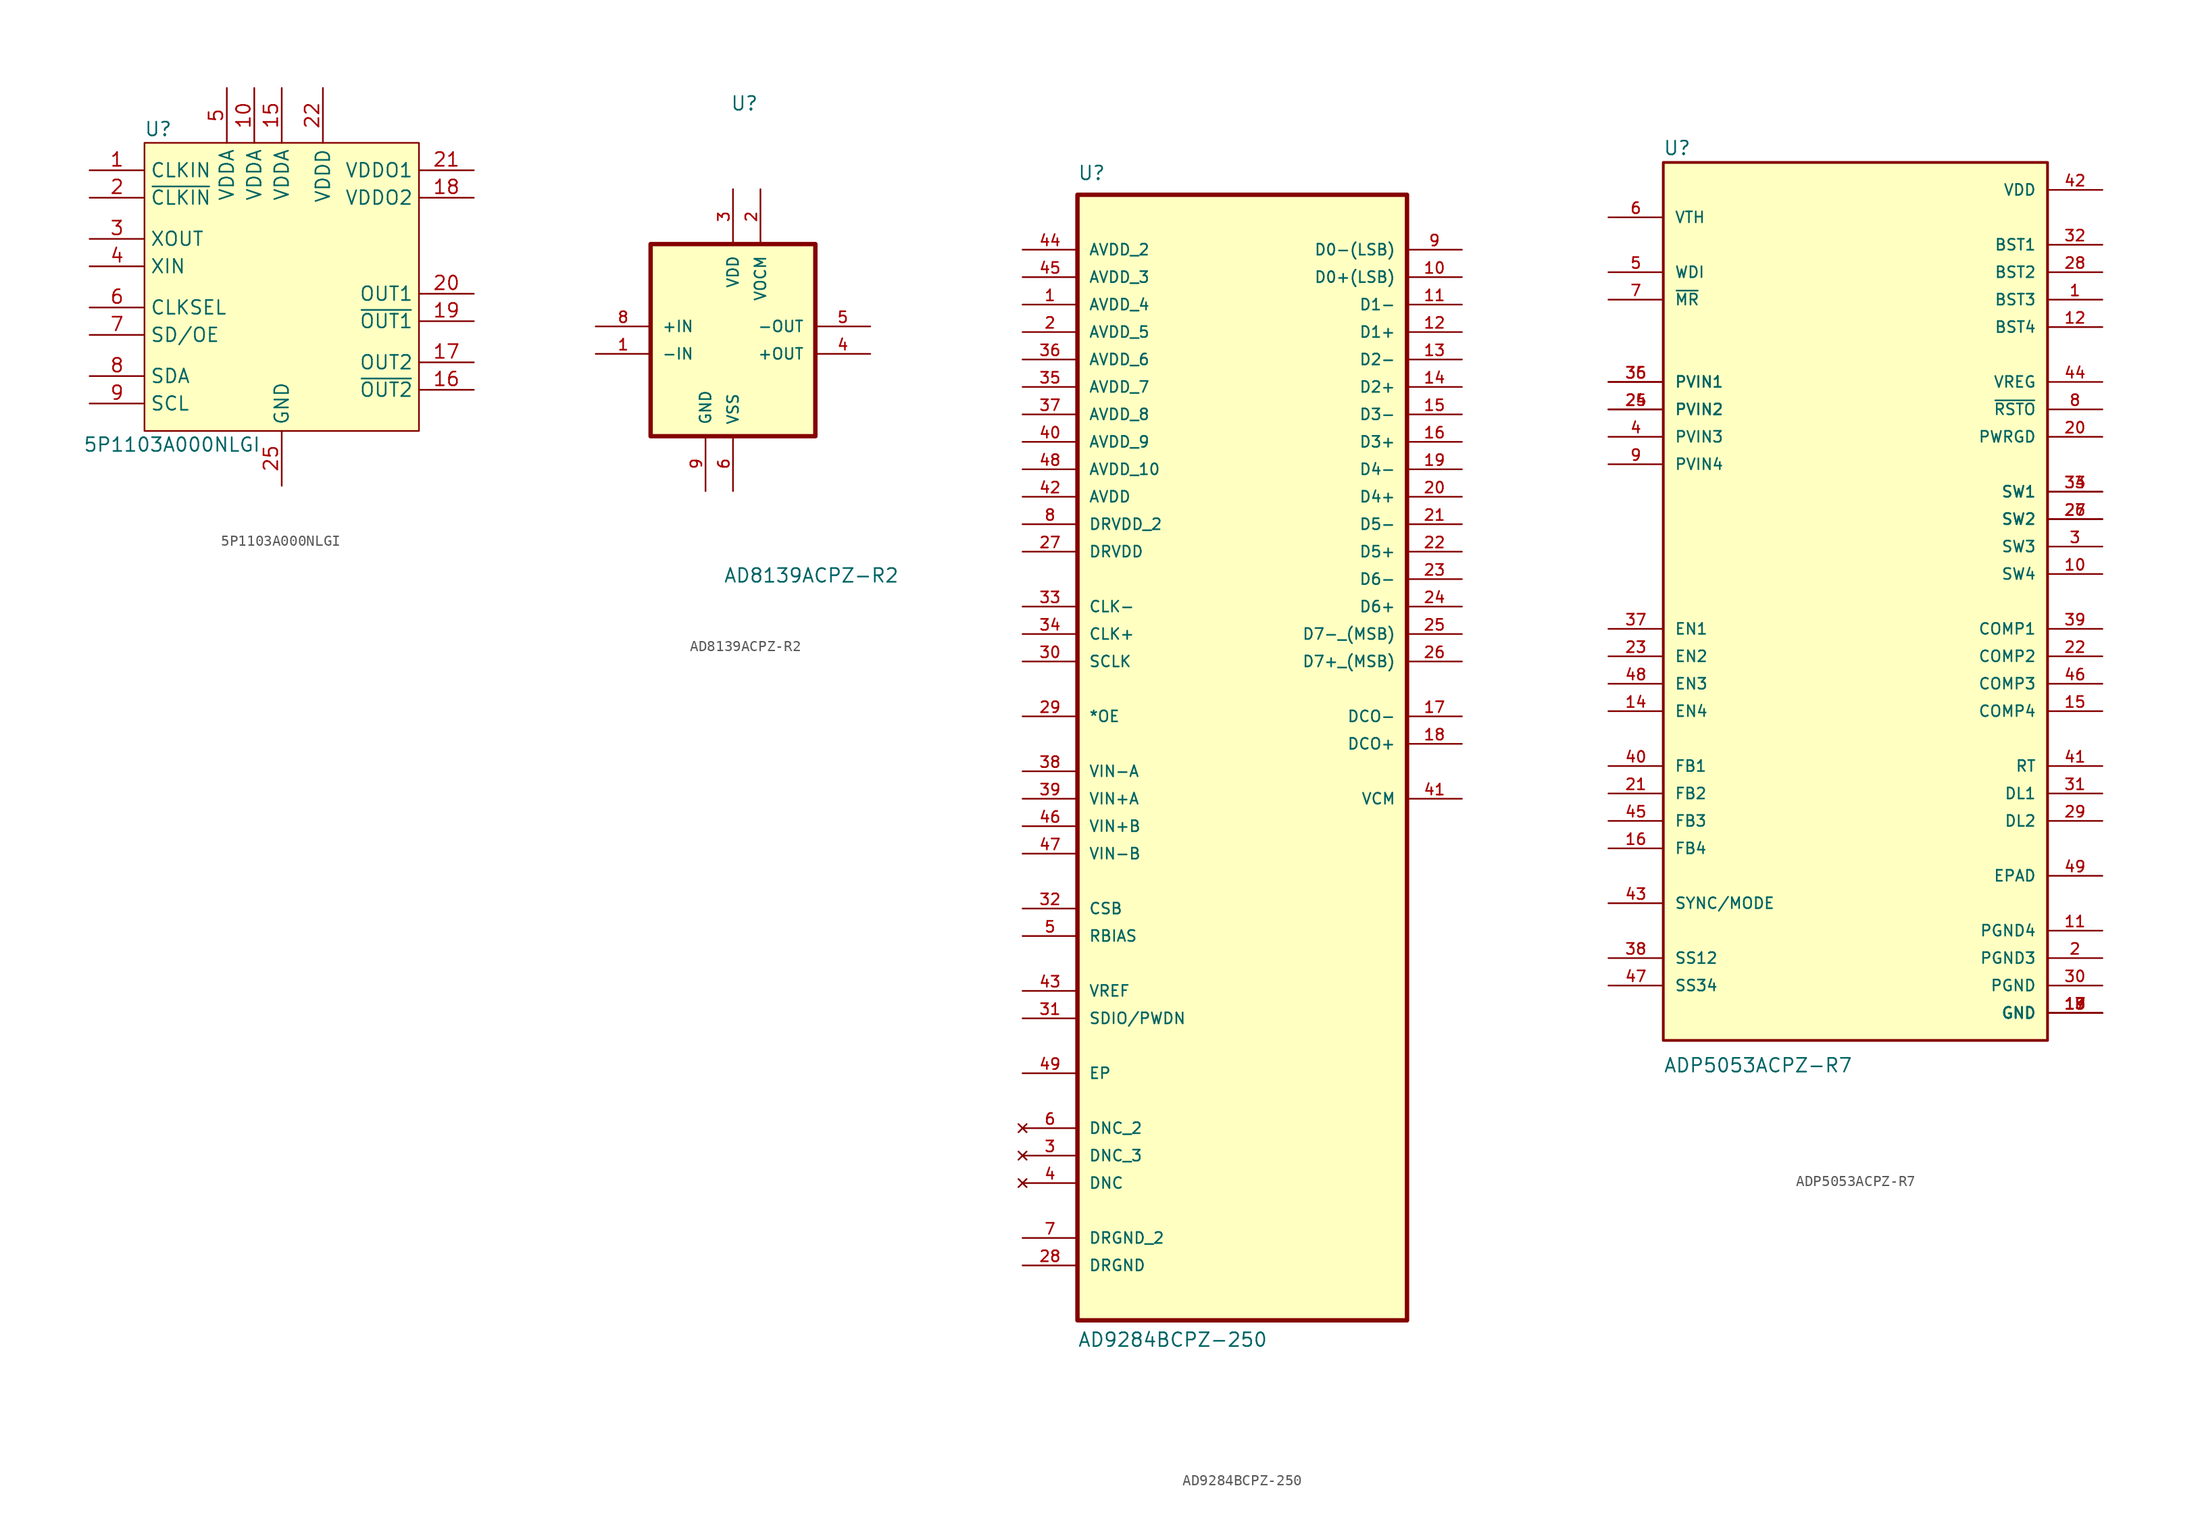
<source format=kicad_sym>
(kicad_symbol_lib
  (version 20220914)
  (generator kicad_symbol_editor)
  (symbol "5P1103A000NLGI"
    (property "Reference" "U"
      (at -11.43 13.97 0)
      (effects (font (size 1.27 1.27))))
    (property "Value" "5P1103A000NLGI"
      (at -10.16 -15.24 0)
      (effects (font (size 1.27 1.27))))
    (symbol "5P1103A000NLGI_1_1"
      (rectangle (start -12.7 12.7) (end 12.7 -13.97) (stroke (width 0) (type default)) (fill (type background)))
      (pin input line (at -17.78 10.16 0) (length 5.08) (name "CLKIN" (effects (font (size 1.27 1.27)))) (number "1" (effects (font (size 1.27 1.27)))))
      (pin power_in line (at -2.54 17.78 270) (length 5.08) (name "VDDA" (effects (font (size 1.27 1.27)))) (number "10" (effects (font (size 1.27 1.27)))))
      (pin power_in line (at 0 17.78 270) (length 5.08) (name "VDDA" (effects (font (size 1.27 1.27)))) (number "15" (effects (font (size 1.27 1.27)))))
      (pin output line (at 17.78 -10.16 180) (length 5.08) (name "~{OUT2}" (effects (font (size 1.27 1.27)))) (number "16" (effects (font (size 1.27 1.27)))))
      (pin output line (at 17.78 -7.62 180) (length 5.08) (name "OUT2" (effects (font (size 1.27 1.27)))) (number "17" (effects (font (size 1.27 1.27)))))
      (pin power_in line (at 17.78 7.62 180) (length 5.08) (name "VDDO2" (effects (font (size 1.27 1.27)))) (number "18" (effects (font (size 1.27 1.27)))))
      (pin output line (at 17.78 -3.81 180) (length 5.08) (name "~{OUT1}" (effects (font (size 1.27 1.27)))) (number "19" (effects (font (size 1.27 1.27)))))
      (pin input line (at -17.78 7.62 0) (length 5.08) (name "~{CLKIN}" (effects (font (size 1.27 1.27)))) (number "2" (effects (font (size 1.27 1.27)))))
      (pin output line (at 17.78 -1.27 180) (length 5.08) (name "OUT1" (effects (font (size 1.27 1.27)))) (number "20" (effects (font (size 1.27 1.27)))))
      (pin power_in line (at 17.78 10.16 180) (length 5.08) (name "VDDO1" (effects (font (size 1.27 1.27)))) (number "21" (effects (font (size 1.27 1.27)))))
      (pin power_in line (at 3.81 17.78 270) (length 5.08) (name "VDDD" (effects (font (size 1.27 1.27)))) (number "22" (effects (font (size 1.27 1.27)))))
      (pin power_in line (at 0 -19.05 90) (length 5.08) (name "GND" (effects (font (size 1.27 1.27)))) (number "25" (effects (font (size 1.27 1.27)))))
      (pin input line (at -17.78 3.81 0) (length 5.08) (name "XOUT" (effects (font (size 1.27 1.27)))) (number "3" (effects (font (size 1.27 1.27)))))
      (pin input line (at -17.78 1.27 0) (length 5.08) (name "XIN" (effects (font (size 1.27 1.27)))) (number "4" (effects (font (size 1.27 1.27)))))
      (pin power_in line (at -5.08 17.78 270) (length 5.08) (name "VDDA" (effects (font (size 1.27 1.27)))) (number "5" (effects (font (size 1.27 1.27)))))
      (pin input line (at -17.78 -2.54 0) (length 5.08) (name "CLKSEL" (effects (font (size 1.27 1.27)))) (number "6" (effects (font (size 1.27 1.27)))))
      (pin input line (at -17.78 -5.08 0) (length 5.08) (name "SD/OE" (effects (font (size 1.27 1.27)))) (number "7" (effects (font (size 1.27 1.27)))))
      (pin input line (at -17.78 -8.89 0) (length 5.08) (name "SDA" (effects (font (size 1.27 1.27)))) (number "8" (effects (font (size 1.27 1.27)))))
      (pin input line (at -17.78 -11.43 0) (length 5.08) (name "SCL" (effects (font (size 1.27 1.27)))) (number "9" (effects (font (size 1.27 1.27)))))))
  (symbol "AD8139ACPZ-R2"
    (pin_names
      (offset 1.016))
    (property "Reference" "U"
      (at -5.334 17.349 0)
      (effects (font (size 1.27 1.27)) (justify left bottom)))
    (property "Value" "AD8139ACPZ-R2"
      (at -5.973 -26.332 0)
      (effects (font (size 1.27 1.27)) (justify left bottom)))
    (symbol "AD8139ACPZ-R2_0_0"
      (rectangle (start -12.7 5.08) (end 2.54 -12.7) (stroke (width 0.406) (type default)) (fill (type background)))
      (pin input line (at -17.78 -5.08 0) (length 5.08) (name "-IN" (effects (font (size 1.016 1.016)))) (number "1" (effects (font (size 1.016 1.016)))))
      (pin passive line (at -2.54 10.16 270) (length 5.08) (name "VOCM" (effects (font (size 1.016 1.016)))) (number "2" (effects (font (size 1.016 1.016)))))
      (pin output line (at 7.62 -5.08 180) (length 5.08) (name "+OUT" (effects (font (size 1.016 1.016)))) (number "4" (effects (font (size 1.016 1.016)))))
      (pin output line (at 7.62 -2.54 180) (length 5.08) (name "-OUT" (effects (font (size 1.016 1.016)))) (number "5" (effects (font (size 1.016 1.016)))))
      (pin input line (at -17.78 -2.54 0) (length 5.08) (name "+IN" (effects (font (size 1.016 1.016)))) (number "8" (effects (font (size 1.016 1.016))))))
    (symbol "AD8139ACPZ-R2_1_0"
      (pin power_in line (at -5.08 10.16 270) (length 5.08) (name "VDD" (effects (font (size 1.016 1.016)))) (number "3" (effects (font (size 1.016 1.016)))))
      (pin power_in line (at -5.08 -17.78 90) (length 5.08) (name "VSS" (effects (font (size 1.016 1.016)))) (number "6" (effects (font (size 1.016 1.016)))))
      (pin passive line (at -7.62 -17.78 90) (length 5.08) (name "GND" (effects (font (size 1.016 1.016)))) (number "9" (effects (font (size 1.016 1.016)))))))
  (symbol "AD9284BCPZ-250"
    (pin_names
      (offset 1.016))
    (property "Reference" "U"
      (at -15.24 49.53 0)
      (effects (font (size 1.27 1.27)) (justify left bottom)))
    (property "Value" "AD9284BCPZ-250"
      (at -15.24 -58.42 0)
      (effects (font (size 1.27 1.27)) (justify left bottom)))
    (symbol "AD9284BCPZ-250_0_0"
      (rectangle (start -15.24 -55.88) (end 15.24 48.26) (stroke (width 0.406) (type default)) (fill (type background)))
      (pin power_in line (at -20.32 38.1 0) (length 5.08) (name "AVDD_4" (effects (font (size 1.016 1.016)))) (number "1" (effects (font (size 1.016 1.016)))))
      (pin output line (at 20.32 40.64 180) (length 5.08) (name "D0+(LSB)" (effects (font (size 1.016 1.016)))) (number "10" (effects (font (size 1.016 1.016)))))
      (pin output line (at 20.32 38.1 180) (length 5.08) (name "D1-" (effects (font (size 1.016 1.016)))) (number "11" (effects (font (size 1.016 1.016)))))
      (pin output line (at 20.32 35.56 180) (length 5.08) (name "D1+" (effects (font (size 1.016 1.016)))) (number "12" (effects (font (size 1.016 1.016)))))
      (pin output line (at 20.32 33.02 180) (length 5.08) (name "D2-" (effects (font (size 1.016 1.016)))) (number "13" (effects (font (size 1.016 1.016)))))
      (pin output line (at 20.32 30.48 180) (length 5.08) (name "D2+" (effects (font (size 1.016 1.016)))) (number "14" (effects (font (size 1.016 1.016)))))
      (pin output line (at 20.32 27.94 180) (length 5.08) (name "D3-" (effects (font (size 1.016 1.016)))) (number "15" (effects (font (size 1.016 1.016)))))
      (pin output line (at 20.32 25.4 180) (length 5.08) (name "D3+" (effects (font (size 1.016 1.016)))) (number "16" (effects (font (size 1.016 1.016)))))
      (pin output line (at 20.32 0 180) (length 5.08) (name "DCO-" (effects (font (size 1.016 1.016)))) (number "17" (effects (font (size 1.016 1.016)))))
      (pin output line (at 20.32 -2.54 180) (length 5.08) (name "DCO+" (effects (font (size 1.016 1.016)))) (number "18" (effects (font (size 1.016 1.016)))))
      (pin output line (at 20.32 22.86 180) (length 5.08) (name "D4-" (effects (font (size 1.016 1.016)))) (number "19" (effects (font (size 1.016 1.016)))))
      (pin power_in line (at -20.32 35.56 0) (length 5.08) (name "AVDD_5" (effects (font (size 1.016 1.016)))) (number "2" (effects (font (size 1.016 1.016)))))
      (pin output line (at 20.32 20.32 180) (length 5.08) (name "D4+" (effects (font (size 1.016 1.016)))) (number "20" (effects (font (size 1.016 1.016)))))
      (pin output line (at 20.32 17.78 180) (length 5.08) (name "D5-" (effects (font (size 1.016 1.016)))) (number "21" (effects (font (size 1.016 1.016)))))
      (pin output line (at 20.32 15.24 180) (length 5.08) (name "D5+" (effects (font (size 1.016 1.016)))) (number "22" (effects (font (size 1.016 1.016)))))
      (pin output line (at 20.32 12.7 180) (length 5.08) (name "D6-" (effects (font (size 1.016 1.016)))) (number "23" (effects (font (size 1.016 1.016)))))
      (pin output line (at 20.32 10.16 180) (length 5.08) (name "D6+" (effects (font (size 1.016 1.016)))) (number "24" (effects (font (size 1.016 1.016)))))
      (pin output line (at 20.32 7.62 180) (length 5.08) (name "D7-_(MSB)" (effects (font (size 1.016 1.016)))) (number "25" (effects (font (size 1.016 1.016)))))
      (pin output line (at 20.32 5.08 180) (length 5.08) (name "D7+_(MSB)" (effects (font (size 1.016 1.016)))) (number "26" (effects (font (size 1.016 1.016)))))
      (pin power_in line (at -20.32 15.24 0) (length 5.08) (name "DRVDD" (effects (font (size 1.016 1.016)))) (number "27" (effects (font (size 1.016 1.016)))))
      (pin passive line (at -20.32 -50.8 0) (length 5.08) (name "DRGND" (effects (font (size 1.016 1.016)))) (number "28" (effects (font (size 1.016 1.016)))))
      (pin input line (at -20.32 0 0) (length 5.08) (name "*OE" (effects (font (size 1.016 1.016)))) (number "29" (effects (font (size 1.016 1.016)))))
      (pin no_connect line (at -20.32 -40.64 0) (length 5.08) (name "DNC_3" (effects (font (size 1.016 1.016)))) (number "3" (effects (font (size 1.016 1.016)))))
      (pin input line (at -20.32 5.08 0) (length 5.08) (name "SCLK" (effects (font (size 1.016 1.016)))) (number "30" (effects (font (size 1.016 1.016)))))
      (pin bidirectional line (at -20.32 -27.94 0) (length 5.08) (name "SDIO/PWDN" (effects (font (size 1.016 1.016)))) (number "31" (effects (font (size 1.016 1.016)))))
      (pin input line (at -20.32 -17.78 0) (length 5.08) (name "CSB" (effects (font (size 1.016 1.016)))) (number "32" (effects (font (size 1.016 1.016)))))
      (pin input line (at -20.32 10.16 0) (length 5.08) (name "CLK-" (effects (font (size 1.016 1.016)))) (number "33" (effects (font (size 1.016 1.016)))))
      (pin input line (at -20.32 7.62 0) (length 5.08) (name "CLK+" (effects (font (size 1.016 1.016)))) (number "34" (effects (font (size 1.016 1.016)))))
      (pin power_in line (at -20.32 30.48 0) (length 5.08) (name "AVDD_7" (effects (font (size 1.016 1.016)))) (number "35" (effects (font (size 1.016 1.016)))))
      (pin power_in line (at -20.32 33.02 0) (length 5.08) (name "AVDD_6" (effects (font (size 1.016 1.016)))) (number "36" (effects (font (size 1.016 1.016)))))
      (pin power_in line (at -20.32 27.94 0) (length 5.08) (name "AVDD_8" (effects (font (size 1.016 1.016)))) (number "37" (effects (font (size 1.016 1.016)))))
      (pin input line (at -20.32 -5.08 0) (length 5.08) (name "VIN-A" (effects (font (size 1.016 1.016)))) (number "38" (effects (font (size 1.016 1.016)))))
      (pin input line (at -20.32 -7.62 0) (length 5.08) (name "VIN+A" (effects (font (size 1.016 1.016)))) (number "39" (effects (font (size 1.016 1.016)))))
      (pin no_connect line (at -20.32 -43.18 0) (length 5.08) (name "DNC" (effects (font (size 1.016 1.016)))) (number "4" (effects (font (size 1.016 1.016)))))
      (pin power_in line (at -20.32 25.4 0) (length 5.08) (name "AVDD_9" (effects (font (size 1.016 1.016)))) (number "40" (effects (font (size 1.016 1.016)))))
      (pin output line (at 20.32 -7.62 180) (length 5.08) (name "VCM" (effects (font (size 1.016 1.016)))) (number "41" (effects (font (size 1.016 1.016)))))
      (pin power_in line (at -20.32 20.32 0) (length 5.08) (name "AVDD" (effects (font (size 1.016 1.016)))) (number "42" (effects (font (size 1.016 1.016)))))
      (pin bidirectional line (at -20.32 -25.4 0) (length 5.08) (name "VREF" (effects (font (size 1.016 1.016)))) (number "43" (effects (font (size 1.016 1.016)))))
      (pin power_in line (at -20.32 43.18 0) (length 5.08) (name "AVDD_2" (effects (font (size 1.016 1.016)))) (number "44" (effects (font (size 1.016 1.016)))))
      (pin power_in line (at -20.32 40.64 0) (length 5.08) (name "AVDD_3" (effects (font (size 1.016 1.016)))) (number "45" (effects (font (size 1.016 1.016)))))
      (pin input line (at -20.32 -10.16 0) (length 5.08) (name "VIN+B" (effects (font (size 1.016 1.016)))) (number "46" (effects (font (size 1.016 1.016)))))
      (pin input line (at -20.32 -12.7 0) (length 5.08) (name "VIN-B" (effects (font (size 1.016 1.016)))) (number "47" (effects (font (size 1.016 1.016)))))
      (pin power_in line (at -20.32 22.86 0) (length 5.08) (name "AVDD_10" (effects (font (size 1.016 1.016)))) (number "48" (effects (font (size 1.016 1.016)))))
      (pin passive line (at -20.32 -33.02 0) (length 5.08) (name "EP" (effects (font (size 1.016 1.016)))) (number "49" (effects (font (size 1.016 1.016)))))
      (pin bidirectional line (at -20.32 -20.32 0) (length 5.08) (name "RBIAS" (effects (font (size 1.016 1.016)))) (number "5" (effects (font (size 1.016 1.016)))))
      (pin no_connect line (at -20.32 -38.1 0) (length 5.08) (name "DNC_2" (effects (font (size 1.016 1.016)))) (number "6" (effects (font (size 1.016 1.016)))))
      (pin passive line (at -20.32 -48.26 0) (length 5.08) (name "DRGND_2" (effects (font (size 1.016 1.016)))) (number "7" (effects (font (size 1.016 1.016)))))
      (pin power_in line (at -20.32 17.78 0) (length 5.08) (name "DRVDD_2" (effects (font (size 1.016 1.016)))) (number "8" (effects (font (size 1.016 1.016)))))
      (pin output line (at 20.32 43.18 180) (length 5.08) (name "D0-(LSB)" (effects (font (size 1.016 1.016)))) (number "9" (effects (font (size 1.016 1.016)))))))
  (symbol "ADP5053ACPZ-R7"
    (pin_names
      (offset 1.016))
    (property "Reference" "U"
      (at -17.813 43.769 0)
      (effects (font (size 1.27 1.27)) (justify left bottom)))
    (property "Value" "ADP5053ACPZ-R7"
      (at -17.782 -41.151 0)
      (effects (font (size 1.27 1.27)) (justify left bottom)))
    (symbol "ADP5053ACPZ-R7_0_0"
      (rectangle (start -17.78 -38.1) (end 17.78 43.18) (stroke (width 0.254) (type default)) (fill (type background)))
      (pin power_in line (at 22.86 30.48 180) (length 5.08) (name "BST3" (effects (font (size 1.016 1.016)))) (number "1" (effects (font (size 1.016 1.016)))))
      (pin output line (at 22.86 5.08 180) (length 5.08) (name "SW4" (effects (font (size 1.016 1.016)))) (number "10" (effects (font (size 1.016 1.016)))))
      (pin power_in line (at 22.86 -27.94 180) (length 5.08) (name "PGND4" (effects (font (size 1.016 1.016)))) (number "11" (effects (font (size 1.016 1.016)))))
      (pin power_in line (at 22.86 27.94 180) (length 5.08) (name "BST4" (effects (font (size 1.016 1.016)))) (number "12" (effects (font (size 1.016 1.016)))))
      (pin power_in line (at 22.86 -35.56 180) (length 5.08) (name "GND" (effects (font (size 1.016 1.016)))) (number "13" (effects (font (size 1.016 1.016)))))
      (pin input line (at -22.86 -7.62 0) (length 5.08) (name "EN4" (effects (font (size 1.016 1.016)))) (number "14" (effects (font (size 1.016 1.016)))))
      (pin output line (at 22.86 -7.62 180) (length 5.08) (name "COMP4" (effects (font (size 1.016 1.016)))) (number "15" (effects (font (size 1.016 1.016)))))
      (pin input line (at -22.86 -20.32 0) (length 5.08) (name "FB4" (effects (font (size 1.016 1.016)))) (number "16" (effects (font (size 1.016 1.016)))))
      (pin power_in line (at 22.86 -35.56 180) (length 5.08) (name "GND" (effects (font (size 1.016 1.016)))) (number "17" (effects (font (size 1.016 1.016)))))
      (pin power_in line (at 22.86 -35.56 180) (length 5.08) (name "GND" (effects (font (size 1.016 1.016)))) (number "18" (effects (font (size 1.016 1.016)))))
      (pin power_in line (at 22.86 -35.56 180) (length 5.08) (name "GND" (effects (font (size 1.016 1.016)))) (number "19" (effects (font (size 1.016 1.016)))))
      (pin power_in line (at 22.86 -30.48 180) (length 5.08) (name "PGND3" (effects (font (size 1.016 1.016)))) (number "2" (effects (font (size 1.016 1.016)))))
      (pin output line (at 22.86 17.78 180) (length 5.08) (name "PWRGD" (effects (font (size 1.016 1.016)))) (number "20" (effects (font (size 1.016 1.016)))))
      (pin input line (at -22.86 -15.24 0) (length 5.08) (name "FB2" (effects (font (size 1.016 1.016)))) (number "21" (effects (font (size 1.016 1.016)))))
      (pin output line (at 22.86 -2.54 180) (length 5.08) (name "COMP2" (effects (font (size 1.016 1.016)))) (number "22" (effects (font (size 1.016 1.016)))))
      (pin input line (at -22.86 -2.54 0) (length 5.08) (name "EN2" (effects (font (size 1.016 1.016)))) (number "23" (effects (font (size 1.016 1.016)))))
      (pin input line (at -22.86 20.32 0) (length 5.08) (name "PVIN2" (effects (font (size 1.016 1.016)))) (number "24" (effects (font (size 1.016 1.016)))))
      (pin input line (at -22.86 20.32 0) (length 5.08) (name "PVIN2" (effects (font (size 1.016 1.016)))) (number "25" (effects (font (size 1.016 1.016)))))
      (pin output line (at 22.86 10.16 180) (length 5.08) (name "SW2" (effects (font (size 1.016 1.016)))) (number "26" (effects (font (size 1.016 1.016)))))
      (pin output line (at 22.86 10.16 180) (length 5.08) (name "SW2" (effects (font (size 1.016 1.016)))) (number "27" (effects (font (size 1.016 1.016)))))
      (pin power_in line (at 22.86 33.02 180) (length 5.08) (name "BST2" (effects (font (size 1.016 1.016)))) (number "28" (effects (font (size 1.016 1.016)))))
      (pin passive line (at 22.86 -17.78 180) (length 5.08) (name "DL2" (effects (font (size 1.016 1.016)))) (number "29" (effects (font (size 1.016 1.016)))))
      (pin output line (at 22.86 7.62 180) (length 5.08) (name "SW3" (effects (font (size 1.016 1.016)))) (number "3" (effects (font (size 1.016 1.016)))))
      (pin power_in line (at 22.86 -33.02 180) (length 5.08) (name "PGND" (effects (font (size 1.016 1.016)))) (number "30" (effects (font (size 1.016 1.016)))))
      (pin passive line (at 22.86 -15.24 180) (length 5.08) (name "DL1" (effects (font (size 1.016 1.016)))) (number "31" (effects (font (size 1.016 1.016)))))
      (pin power_in line (at 22.86 35.56 180) (length 5.08) (name "BST1" (effects (font (size 1.016 1.016)))) (number "32" (effects (font (size 1.016 1.016)))))
      (pin output line (at 22.86 12.7 180) (length 5.08) (name "SW1" (effects (font (size 1.016 1.016)))) (number "33" (effects (font (size 1.016 1.016)))))
      (pin output line (at 22.86 12.7 180) (length 5.08) (name "SW1" (effects (font (size 1.016 1.016)))) (number "34" (effects (font (size 1.016 1.016)))))
      (pin input line (at -22.86 22.86 0) (length 5.08) (name "PVIN1" (effects (font (size 1.016 1.016)))) (number "35" (effects (font (size 1.016 1.016)))))
      (pin input line (at -22.86 22.86 0) (length 5.08) (name "PVIN1" (effects (font (size 1.016 1.016)))) (number "36" (effects (font (size 1.016 1.016)))))
      (pin input line (at -22.86 0 0) (length 5.08) (name "EN1" (effects (font (size 1.016 1.016)))) (number "37" (effects (font (size 1.016 1.016)))))
      (pin input line (at -22.86 -30.48 0) (length 5.08) (name "SS12" (effects (font (size 1.016 1.016)))) (number "38" (effects (font (size 1.016 1.016)))))
      (pin output line (at 22.86 0 180) (length 5.08) (name "COMP1" (effects (font (size 1.016 1.016)))) (number "39" (effects (font (size 1.016 1.016)))))
      (pin input line (at -22.86 17.78 0) (length 5.08) (name "PVIN3" (effects (font (size 1.016 1.016)))) (number "4" (effects (font (size 1.016 1.016)))))
      (pin input line (at -22.86 -12.7 0) (length 5.08) (name "FB1" (effects (font (size 1.016 1.016)))) (number "40" (effects (font (size 1.016 1.016)))))
      (pin passive line (at 22.86 -12.7 180) (length 5.08) (name "RT" (effects (font (size 1.016 1.016)))) (number "41" (effects (font (size 1.016 1.016)))))
      (pin power_in line (at 22.86 40.64 180) (length 5.08) (name "VDD" (effects (font (size 1.016 1.016)))) (number "42" (effects (font (size 1.016 1.016)))))
      (pin bidirectional line (at -22.86 -25.4 0) (length 5.08) (name "SYNC/MODE" (effects (font (size 1.016 1.016)))) (number "43" (effects (font (size 1.016 1.016)))))
      (pin output line (at 22.86 22.86 180) (length 5.08) (name "VREG" (effects (font (size 1.016 1.016)))) (number "44" (effects (font (size 1.016 1.016)))))
      (pin input line (at -22.86 -17.78 0) (length 5.08) (name "FB3" (effects (font (size 1.016 1.016)))) (number "45" (effects (font (size 1.016 1.016)))))
      (pin output line (at 22.86 -5.08 180) (length 5.08) (name "COMP3" (effects (font (size 1.016 1.016)))) (number "46" (effects (font (size 1.016 1.016)))))
      (pin input line (at -22.86 -33.02 0) (length 5.08) (name "SS34" (effects (font (size 1.016 1.016)))) (number "47" (effects (font (size 1.016 1.016)))))
      (pin input line (at -22.86 -5.08 0) (length 5.08) (name "EN3" (effects (font (size 1.016 1.016)))) (number "48" (effects (font (size 1.016 1.016)))))
      (pin passive line (at 22.86 -22.86 180) (length 5.08) (name "EPAD" (effects (font (size 1.016 1.016)))) (number "49" (effects (font (size 1.016 1.016)))))
      (pin input line (at -22.86 33.02 0) (length 5.08) (name "WDI" (effects (font (size 1.016 1.016)))) (number "5" (effects (font (size 1.016 1.016)))))
      (pin input line (at -22.86 38.1 0) (length 5.08) (name "VTH" (effects (font (size 1.016 1.016)))) (number "6" (effects (font (size 1.016 1.016)))))
      (pin input line (at -22.86 30.48 0) (length 5.08) (name "~{MR}" (effects (font (size 1.016 1.016)))) (number "7" (effects (font (size 1.016 1.016)))))
      (pin output line (at 22.86 20.32 180) (length 5.08) (name "~{RSTO}" (effects (font (size 1.016 1.016)))) (number "8" (effects (font (size 1.016 1.016)))))
      (pin input line (at -22.86 15.24 0) (length 5.08) (name "PVIN4" (effects (font (size 1.016 1.016)))) (number "9" (effects (font (size 1.016 1.016))))))))
</source>
